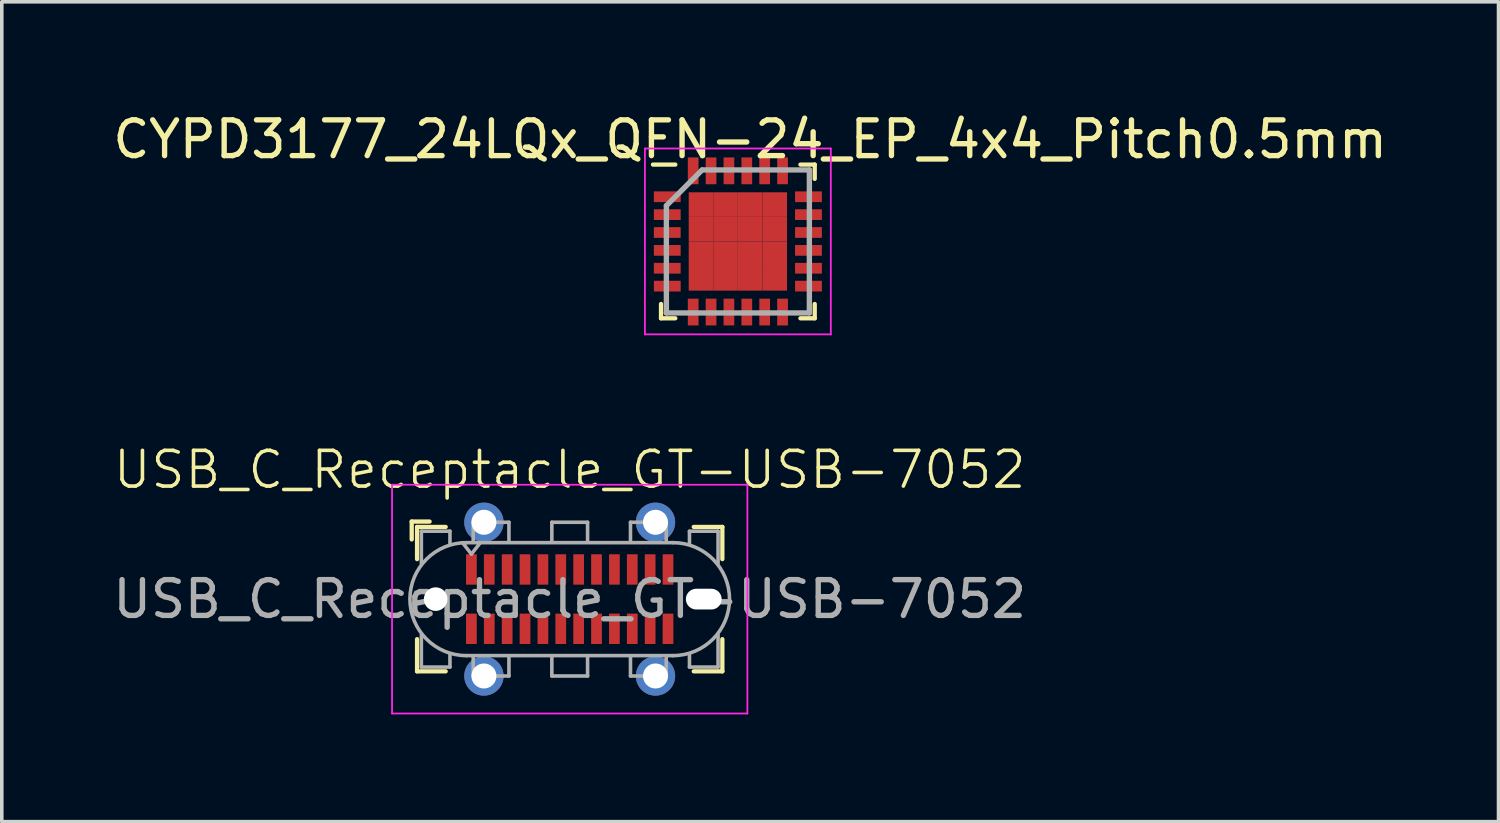
<source format=kicad_pcb>
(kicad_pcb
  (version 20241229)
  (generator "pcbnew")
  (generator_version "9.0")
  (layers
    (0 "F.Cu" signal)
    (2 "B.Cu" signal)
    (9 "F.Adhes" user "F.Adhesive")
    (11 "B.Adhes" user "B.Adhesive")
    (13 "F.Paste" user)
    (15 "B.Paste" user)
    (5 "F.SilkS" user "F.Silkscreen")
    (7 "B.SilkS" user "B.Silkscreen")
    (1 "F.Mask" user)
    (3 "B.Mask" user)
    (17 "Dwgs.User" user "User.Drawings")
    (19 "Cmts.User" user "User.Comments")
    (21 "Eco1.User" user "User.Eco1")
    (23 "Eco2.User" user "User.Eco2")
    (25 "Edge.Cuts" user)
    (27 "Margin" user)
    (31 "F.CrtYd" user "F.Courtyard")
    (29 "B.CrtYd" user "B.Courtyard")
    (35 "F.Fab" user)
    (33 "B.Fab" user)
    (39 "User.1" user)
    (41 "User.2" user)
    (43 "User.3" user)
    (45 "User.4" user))
  (footprint "CYPD3177_24LQx_QFN-24_EP_4x4_Pitch0.5mm"
    (layer "F.Cu")
    (at 17.935 4.048)
    (property "Reference" "CYPD3177_24LQx_QFN-24_EP_4x4_Pitch0.5mm" (at 0 -3.2 0) (layer "F.SilkS") (effects (font (size 1 1) (thickness 0.15))))
    (attr smd)
    (fp_line (start -2.494 1.806) (end -2.494 1.406) (stroke (width 0.12) (type default)) (layer "F.SilkS"))
    (fp_line (start -2.094 -2.494) (end -2.719 -2.494) (stroke (width 0.12) (type default)) (layer "F.SilkS"))
    (fp_line (start -2.094 1.806) (end -2.494 1.806) (stroke (width 0.12) (type default)) (layer "F.SilkS"))
    (fp_line (start 1.406 -2.494) (end 1.806 -2.494) (stroke (width 0.12) (type default)) (layer "F.SilkS"))
    (fp_line (start 1.406 1.806) (end 1.806 1.806) (stroke (width 0.12) (type default)) (layer "F.SilkS"))
    (fp_line (start 1.806 -2.494) (end 1.806 -2.094) (stroke (width 0.12) (type default)) (layer "F.SilkS"))
    (fp_line (start 1.806 1.806) (end 1.806 1.406) (stroke (width 0.12) (type default)) (layer "F.SilkS"))
    (fp_line (start -2.944 -2.944) (end 2.256 -2.944) (stroke (width 0.05) (type default)) (layer "F.CrtYd"))
    (fp_line (start -2.944 2.256) (end -2.944 -2.944) (stroke (width 0.05) (type default)) (layer "F.CrtYd"))
    (fp_line (start 2.256 -2.944) (end 2.256 2.256) (stroke (width 0.05) (type default)) (layer "F.CrtYd"))
    (fp_line (start 2.256 2.256) (end -2.944 2.256) (stroke (width 0.05) (type default)) (layer "F.CrtYd"))
    (fp_line (start -2.344 -1.344) (end -2.344 1.656) (stroke (width 0.15) (type default)) (layer "F.Fab"))
    (fp_line (start -2.344 1.656) (end 1.656 1.656) (stroke (width 0.15) (type default)) (layer "F.Fab"))
    (fp_line (start -1.344 -2.344) (end -2.344 -1.344) (stroke (width 0.15) (type default)) (layer "F.Fab"))
    (fp_line (start 1.656 -2.344) (end -1.344 -2.344) (stroke (width 0.15) (type default)) (layer "F.Fab"))
    (fp_line (start 1.656 1.656) (end 1.656 -2.344) (stroke (width 0.15) (type default)) (layer "F.Fab"))
    (pad "1" smd rect (at -2.319 -1.594 90) (size 0.3 0.75) (layers "F.Cu" "F.Mask" "F.Paste"))
    (pad "2" smd rect (at -2.319 -1.094 90) (size 0.3 0.75) (layers "F.Cu" "F.Mask" "F.Paste"))
    (pad "3" smd rect (at -2.319 -0.594 90) (size 0.3 0.75) (layers "F.Cu" "F.Mask" "F.Paste"))
    (pad "4" smd rect (at -2.319 -0.094 90) (size 0.3 0.75) (layers "F.Cu" "F.Mask" "F.Paste"))
    (pad "5" smd rect (at -2.319 0.406 90) (size 0.3 0.75) (layers "F.Cu" "F.Mask" "F.Paste"))
    (pad "6" smd rect (at -2.319 0.906 90) (size 0.3 0.75) (layers "F.Cu" "F.Mask" "F.Paste"))
    (pad "7" smd rect (at -1.594 1.631) (size 0.3 0.75) (layers "F.Cu" "F.Mask" "F.Paste"))
    (pad "8" smd rect (at -1.094 1.631) (size 0.3 0.75) (layers "F.Cu" "F.Mask" "F.Paste"))
    (pad "9" smd rect (at -0.594 1.631) (size 0.3 0.75) (layers "F.Cu" "F.Mask" "F.Paste"))
    (pad "10" smd rect (at -0.094 1.631) (size 0.3 0.75) (layers "F.Cu" "F.Mask" "F.Paste"))
    (pad "11" smd rect (at 0.406 1.631) (size 0.3 0.75) (layers "F.Cu" "F.Mask" "F.Paste"))
    (pad "12" smd rect (at 0.906 1.631) (size 0.3 0.75) (layers "F.Cu" "F.Mask" "F.Paste"))
    (pad "13" smd rect (at 1.631 0.906 90) (size 0.3 0.75) (layers "F.Cu" "F.Mask" "F.Paste"))
    (pad "14" smd rect (at 1.631 0.406 90) (size 0.3 0.75) (layers "F.Cu" "F.Mask" "F.Paste"))
    (pad "15" smd rect (at 1.631 -0.094 90) (size 0.3 0.75) (layers "F.Cu" "F.Mask" "F.Paste"))
    (pad "16" smd rect (at 1.631 -0.594 90) (size 0.3 0.75) (layers "F.Cu" "F.Mask" "F.Paste"))
    (pad "17" smd rect (at 1.631 -1.094 90) (size 0.3 0.75) (layers "F.Cu" "F.Mask" "F.Paste"))
    (pad "18" smd rect (at 1.631 -1.594 90) (size 0.3 0.75) (layers "F.Cu" "F.Mask" "F.Paste"))
    (pad "19" smd rect (at 0.906 -2.319) (size 0.3 0.75) (layers "F.Cu" "F.Mask" "F.Paste"))
    (pad "20" smd rect (at 0.406 -2.319) (size 0.3 0.75) (layers "F.Cu" "F.Mask" "F.Paste"))
    (pad "21" smd rect (at -0.094 -2.319) (size 0.3 0.75) (layers "F.Cu" "F.Mask" "F.Paste"))
    (pad "22" smd rect (at -0.594 -2.319) (size 0.3 0.75) (layers "F.Cu" "F.Mask" "F.Paste"))
    (pad "23" smd rect (at -1.094 -2.319) (size 0.3 0.75) (layers "F.Cu" "F.Mask" "F.Paste"))
    (pad "24" smd rect (at -1.594 -2.319) (size 0.3 0.75) (layers "F.Cu" "F.Mask" "F.Paste"))
    (pad "25" smd rect (at -1.375 -1.375) (size 0.688 0.688) (layers "F.Cu" "F.Mask" "F.Paste"))
    (pad "25" smd rect (at -1.375 -0.688) (size 0.688 0.688) (layers "F.Cu" "F.Mask" "F.Paste"))
    (pad "25" smd rect (at -1.375 0) (size 0.688 0.688) (layers "F.Cu" "F.Mask" "F.Paste"))
    (pad "25" smd rect (at -1.375 0.688) (size 0.688 0.688) (layers "F.Cu" "F.Mask" "F.Paste"))
    (pad "25" smd rect (at -0.688 -1.375) (size 0.688 0.688) (layers "F.Cu" "F.Mask" "F.Paste"))
    (pad "25" smd rect (at -0.688 -0.688) (size 0.688 0.688) (layers "F.Cu" "F.Mask" "F.Paste"))
    (pad "25" smd rect (at -0.688 0) (size 0.688 0.688) (layers "F.Cu" "F.Mask" "F.Paste"))
    (pad "25" smd rect (at -0.688 0.688) (size 0.688 0.688) (layers "F.Cu" "F.Mask" "F.Paste"))
    (pad "25" smd rect (at 0 -1.375) (size 0.688 0.688) (layers "F.Cu" "F.Mask" "F.Paste"))
    (pad "25" smd rect (at 0 -0.688) (size 0.688 0.688) (layers "F.Cu" "F.Mask" "F.Paste"))
    (pad "25" smd rect (at 0 0) (size 0.688 0.688) (layers "F.Cu" "F.Mask" "F.Paste"))
    (pad "25" smd rect (at 0 0.688) (size 0.688 0.688) (layers "F.Cu" "F.Mask" "F.Paste"))
    (pad "25" smd rect (at 0.688 -1.375) (size 0.688 0.688) (layers "F.Cu" "F.Mask" "F.Paste"))
    (pad "25" smd rect (at 0.688 -0.688) (size 0.688 0.688) (layers "F.Cu" "F.Mask" "F.Paste"))
    (pad "25" smd rect (at 0.688 0) (size 0.688 0.688) (layers "F.Cu" "F.Mask" "F.Paste"))
    (pad "25" smd rect (at 0.688 0.688) (size 0.688 0.688) (layers "F.Cu" "F.Mask" "F.Paste")))
  (footprint "USB_C_Receptacle_GT-USB-7052"
    (layer "F.Cu")
    (at 12.887 12.63)
    (property "Reference" "USB_C_Receptacle_GT-USB-7052" (at 0 -2.54 0) (unlocked yes) (layer "F.SilkS") (effects (font (size 1 1) (thickness 0.1))))
    (attr smd)
    (fp_line (start -4.42 -1.09) (end -4.42 -0.59) (stroke (width 0.12) (type solid)) (layer "F.SilkS"))
    (fp_line (start -4.42 -1.09) (end -3.92 -1.09) (stroke (width 0.12) (type solid)) (layer "F.SilkS"))
    (fp_line (start -4.27 -0.94) (end -4.27 -0.04) (stroke (width 0.12) (type solid)) (layer "F.SilkS"))
    (fp_line (start -4.27 -0.94) (end -3.47 -0.94) (stroke (width 0.12) (type solid)) (layer "F.SilkS"))
    (fp_line (start -4.27 3.1) (end -4.27 2.2) (stroke (width 0.12) (type solid)) (layer "F.SilkS"))
    (fp_line (start -4.27 3.1) (end -3.47 3.1) (stroke (width 0.12) (type solid)) (layer "F.SilkS"))
    (fp_line (start 4.27 -0.94) (end 3.47 -0.94) (stroke (width 0.12) (type solid)) (layer "F.SilkS"))
    (fp_line (start 4.27 -0.94) (end 4.27 -0.04) (stroke (width 0.12) (type solid)) (layer "F.SilkS"))
    (fp_line (start 4.27 3.1) (end 3.47 3.1) (stroke (width 0.12) (type solid)) (layer "F.SilkS"))
    (fp_line (start 4.27 3.1) (end 4.27 2.2) (stroke (width 0.12) (type solid)) (layer "F.SilkS"))
    (fp_line (start -4.97 -2.12) (end -4.97 4.28) (stroke (width 0.05) (type solid)) (layer "F.CrtYd"))
    (fp_line (start -4.97 4.28) (end 4.97 4.28) (stroke (width 0.05) (type solid)) (layer "F.CrtYd"))
    (fp_line (start 4.97 -2.12) (end -4.97 -2.12) (stroke (width 0.05) (type solid)) (layer "F.CrtYd"))
    (fp_line (start 4.97 4.28) (end 4.97 -2.12) (stroke (width 0.05) (type solid)) (layer "F.CrtYd"))
    (fp_line (start -4.15 -0.82) (end -4.15 0.08) (stroke (width 0.1) (type solid)) (layer "F.Fab"))
    (fp_line (start -4.15 -0.82) (end -3.35 -0.82) (stroke (width 0.1) (type solid)) (layer "F.Fab"))
    (fp_line (start -4.15 2.98) (end -4.15 2.08) (stroke (width 0.1) (type solid)) (layer "F.Fab"))
    (fp_line (start -4.15 2.98) (end -3.35 2.98) (stroke (width 0.1) (type solid)) (layer "F.Fab"))
    (fp_line (start -3.35 -0.82) (end -3.35 -0.47) (stroke (width 0.1) (type solid)) (layer "F.Fab"))
    (fp_line (start -3.35 2.98) (end -3.35 2.63) (stroke (width 0.1) (type solid)) (layer "F.Fab"))
    (fp_line (start -2.89 2.66) (end 2.89 2.66) (stroke (width 0.1) (type solid)) (layer "F.Fab"))
    (fp_line (start -2.75 -0.18) (end -3 -0.5) (stroke (width 0.1) (type solid)) (layer "F.Fab"))
    (fp_line (start -2.7 -1.07) (end -1.7 -1.07) (stroke (width 0.1) (type solid)) (layer "F.Fab"))
    (fp_line (start -2.7 -0.52) (end -2.7 -1.07) (stroke (width 0.1) (type solid)) (layer "F.Fab"))
    (fp_line (start -2.7 2.68) (end -2.7 3.23) (stroke (width 0.1) (type solid)) (layer "F.Fab"))
    (fp_line (start -2.7 3.23) (end -1.7 3.23) (stroke (width 0.1) (type solid)) (layer "F.Fab"))
    (fp_line (start -2.5 -0.5) (end -2.75 -0.18) (stroke (width 0.1) (type solid)) (layer "F.Fab"))
    (fp_line (start -1.7 -1.07) (end -1.7 -0.52) (stroke (width 0.1) (type solid)) (layer "F.Fab"))
    (fp_line (start -1.7 3.23) (end -1.7 2.68) (stroke (width 0.1) (type solid)) (layer "F.Fab"))
    (fp_line (start -0.5 -1.07) (end 0.5 -1.07) (stroke (width 0.1) (type solid)) (layer "F.Fab"))
    (fp_line (start -0.5 -0.52) (end -0.5 -1.07) (stroke (width 0.1) (type solid)) (layer "F.Fab"))
    (fp_line (start -0.5 3.23) (end -0.5 2.68) (stroke (width 0.1) (type solid)) (layer "F.Fab"))
    (fp_line (start 0.5 -1.07) (end 0.5 -0.52) (stroke (width 0.1) (type solid)) (layer "F.Fab"))
    (fp_line (start 0.5 2.68) (end 0.5 3.23) (stroke (width 0.1) (type solid)) (layer "F.Fab"))
    (fp_line (start 0.5 3.23) (end -0.5 3.23) (stroke (width 0.1) (type solid)) (layer "F.Fab"))
    (fp_line (start 1.7 -1.07) (end 1.7 -0.52) (stroke (width 0.1) (type solid)) (layer "F.Fab"))
    (fp_line (start 1.7 3.23) (end 1.7 2.68) (stroke (width 0.1) (type solid)) (layer "F.Fab"))
    (fp_line (start 2.7 -1.07) (end 1.7 -1.07) (stroke (width 0.1) (type solid)) (layer "F.Fab"))
    (fp_line (start 2.7 -0.52) (end 2.7 -1.07) (stroke (width 0.1) (type solid)) (layer "F.Fab"))
    (fp_line (start 2.7 2.68) (end 2.7 3.23) (stroke (width 0.1) (type solid)) (layer "F.Fab"))
    (fp_line (start 2.7 3.23) (end 1.7 3.23) (stroke (width 0.1) (type solid)) (layer "F.Fab"))
    (fp_line (start 2.89 -0.5) (end -2.89 -0.5) (stroke (width 0.1) (type solid)) (layer "F.Fab"))
    (fp_line (start 3.35 -0.82) (end 3.35 -0.47) (stroke (width 0.1) (type solid)) (layer "F.Fab"))
    (fp_line (start 3.35 2.98) (end 3.35 2.63) (stroke (width 0.1) (type solid)) (layer "F.Fab"))
    (fp_line (start 4.15 -0.82) (end 3.35 -0.82) (stroke (width 0.1) (type solid)) (layer "F.Fab"))
    (fp_line (start 4.15 -0.82) (end 4.15 0.08) (stroke (width 0.1) (type solid)) (layer "F.Fab"))
    (fp_line (start 4.15 2.98) (end 3.35 2.98) (stroke (width 0.1) (type solid)) (layer "F.Fab"))
    (fp_line (start 4.15 2.98) (end 4.15 2.08) (stroke (width 0.1) (type solid)) (layer "F.Fab"))
    (fp_arc (start -2.89 2.66) (mid -4.47 1.08) (end -2.89 -0.5) (stroke (width 0.1) (type solid)) (layer "F.Fab"))
    (fp_arc (start 2.89 -0.5) (mid 4.47 1.08) (end 2.89 2.66) (stroke (width 0.1) (type solid)) (layer "F.Fab"))
    (fp_text user "${REFERENCE}" (at 0 1.08 0) (unlocked yes) (layer "F.Fab") (effects (font (size 1 1) (thickness 0.15))))
    (pad "" np_thru_hole circle (at -3.75 1.08) (size 0.66 0.66) (drill 0.66) (layers "*.Cu" "*.Mask"))
    (pad "" np_thru_hole oval (at 3.75 1.08) (size 1 0.58) (drill oval 1 0.58) (layers "*.Cu" "*.Mask"))
    (pad "A1" smd rect (at -2.75 0.25) (size 0.3 0.85) (layers "F.Cu" "F.Mask" "F.Paste"))
    (pad "A2" smd rect (at -2.25 0.25) (size 0.3 0.85) (layers "F.Cu" "F.Mask" "F.Paste"))
    (pad "A3" smd rect (at -1.75 0.25) (size 0.3 0.85) (layers "F.Cu" "F.Mask" "F.Paste"))
    (pad "A4" smd rect (at -1.25 0.25) (size 0.3 0.85) (layers "F.Cu" "F.Mask" "F.Paste"))
    (pad "A5" smd rect (at -0.75 0.25) (size 0.3 0.85) (layers "F.Cu" "F.Mask" "F.Paste"))
    (pad "A6" smd rect (at -0.25 0.25) (size 0.3 0.85) (layers "F.Cu" "F.Mask" "F.Paste"))
    (pad "A7" smd rect (at 0.25 0.25) (size 0.3 0.85) (layers "F.Cu" "F.Mask" "F.Paste"))
    (pad "A8" smd rect (at 0.75 0.25) (size 0.3 0.85) (layers "F.Cu" "F.Mask" "F.Paste"))
    (pad "A9" smd rect (at 1.25 0.25) (size 0.3 0.85) (layers "F.Cu" "F.Mask" "F.Paste"))
    (pad "A10" smd rect (at 1.75 0.25) (size 0.3 0.85) (layers "F.Cu" "F.Mask" "F.Paste"))
    (pad "A11" smd rect (at 2.25 0.25) (size 0.3 0.85) (layers "F.Cu" "F.Mask" "F.Paste"))
    (pad "A12" smd rect (at 2.75 0.25) (size 0.3 0.85) (layers "F.Cu" "F.Mask" "F.Paste"))
    (pad "B1" smd rect (at 2.75 1.91) (size 0.3 0.85) (layers "F.Cu" "F.Mask" "F.Paste"))
    (pad "B2" smd rect (at 2.25 1.91) (size 0.3 0.85) (layers "F.Cu" "F.Mask" "F.Paste"))
    (pad "B3" smd rect (at 1.75 1.91) (size 0.3 0.85) (layers "F.Cu" "F.Mask" "F.Paste"))
    (pad "B4" smd rect (at 1.25 1.91) (size 0.3 0.85) (layers "F.Cu" "F.Mask" "F.Paste"))
    (pad "B5" smd rect (at 0.75 1.91) (size 0.3 0.85) (layers "F.Cu" "F.Mask" "F.Paste"))
    (pad "B6" smd rect (at 0.25 1.91) (size 0.3 0.85) (layers "F.Cu" "F.Mask" "F.Paste"))
    (pad "B7" smd rect (at -0.25 1.91) (size 0.3 0.85) (layers "F.Cu" "F.Mask" "F.Paste"))
    (pad "B8" smd rect (at -0.75 1.91) (size 0.3 0.85) (layers "F.Cu" "F.Mask" "F.Paste"))
    (pad "B9" smd rect (at -1.25 1.91) (size 0.3 0.85) (layers "F.Cu" "F.Mask" "F.Paste"))
    (pad "B10" smd rect (at -1.75 1.91) (size 0.3 0.85) (layers "F.Cu" "F.Mask" "F.Paste"))
    (pad "B11" smd rect (at -2.25 1.91) (size 0.3 0.85) (layers "F.Cu" "F.Mask" "F.Paste"))
    (pad "B12" smd rect (at -2.75 1.91) (size 0.3 0.85) (layers "F.Cu" "F.Mask" "F.Paste"))
    (pad "S1" thru_hole circle (at -2.4 -1.07) (size 1.1 1.1) (drill 0.7) (layers "*.Cu" "*.Mask" "F.Paste"))
    (pad "S1" thru_hole circle (at -2.4 3.23) (size 1.1 1.1) (drill 0.7) (layers "*.Cu" "*.Mask" "F.Paste"))
    (pad "S1" thru_hole circle (at 2.4 -1.07) (size 1.1 1.1) (drill 0.7) (layers "*.Cu" "*.Mask" "F.Paste"))
    (pad "S1" thru_hole circle (at 2.4 3.23) (size 1.1 1.1) (drill 0.7) (layers "*.Cu" "*.Mask" "F.Paste"))
    (zone (net_name "") (layer "F.Cu") (name "peg") (hatch full 0.508) (connect_pads) (min_thickness 0.254) (filled_areas_thickness no) (keepout (tracks allowed) (vias allowed) (pads not_allowed) (copperpour not_allowed) (footprints not_allowed)) (placement (enabled no)) (fill) (polygon (pts (xy 13.687 11.91) (xy 12.087 11.91) (xy 12.087 11.21) (xy 13.687 11.21))))
    (zone (net_name "") (layer "F.Cu") (name "peg") (hatch full 0.508) (connect_pads) (min_thickness 0.254) (filled_areas_thickness no) (keepout (tracks allowed) (vias allowed) (pads not_allowed) (copperpour not_allowed) (footprints not_allowed)) (placement (enabled no)) (fill) (polygon (pts (xy 13.687 16.21) (xy 12.087 16.21) (xy 12.087 15.51) (xy 13.687 15.51)))))
  (gr_rect
    (start -3 -3)
    (end 38.869 19.935)
    (stroke (width 0.1) (type default))
    (fill no)
    (layer "Edge.Cuts")))
</source>
